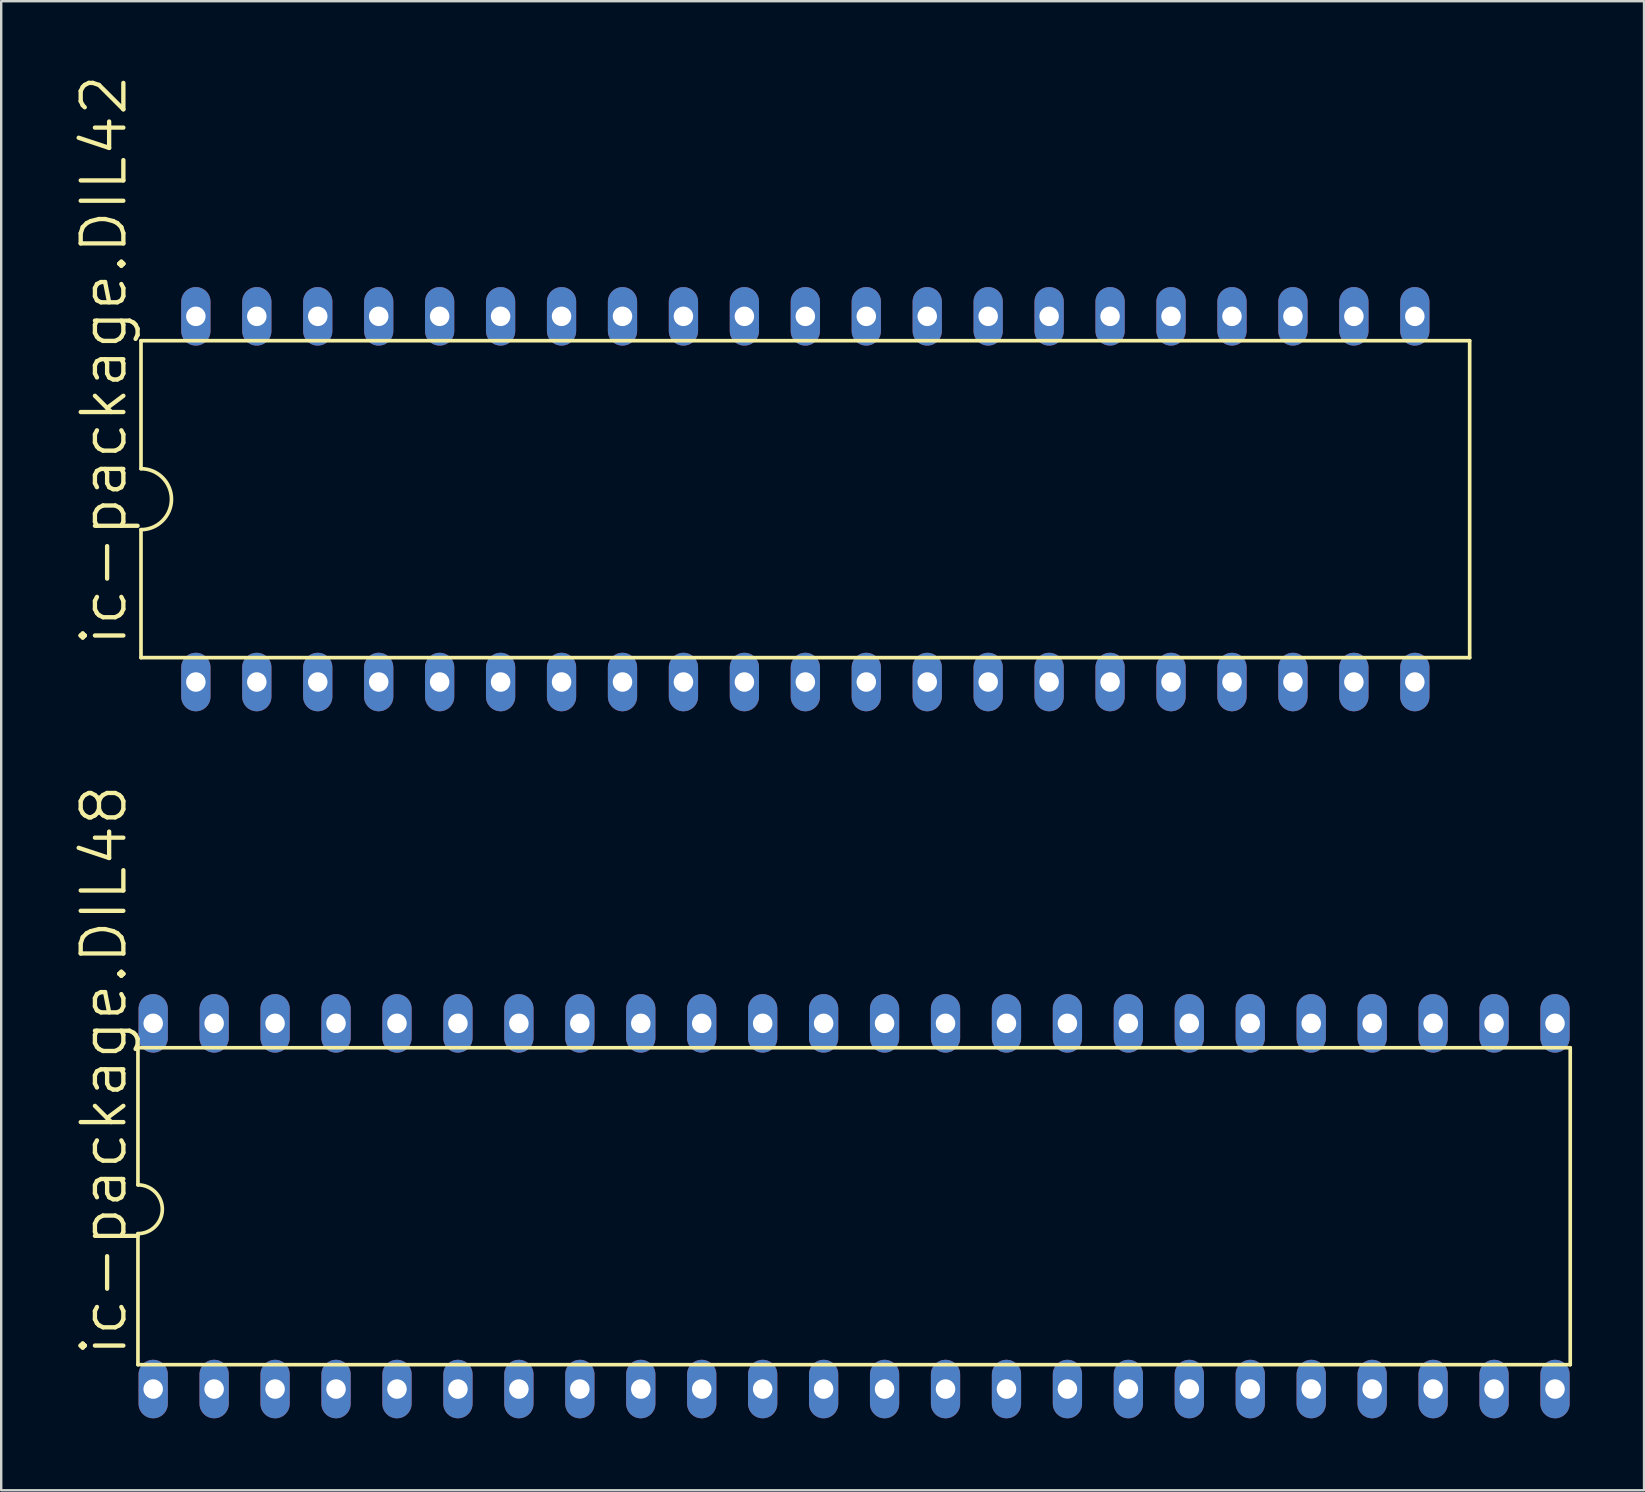
<source format=kicad_pcb>
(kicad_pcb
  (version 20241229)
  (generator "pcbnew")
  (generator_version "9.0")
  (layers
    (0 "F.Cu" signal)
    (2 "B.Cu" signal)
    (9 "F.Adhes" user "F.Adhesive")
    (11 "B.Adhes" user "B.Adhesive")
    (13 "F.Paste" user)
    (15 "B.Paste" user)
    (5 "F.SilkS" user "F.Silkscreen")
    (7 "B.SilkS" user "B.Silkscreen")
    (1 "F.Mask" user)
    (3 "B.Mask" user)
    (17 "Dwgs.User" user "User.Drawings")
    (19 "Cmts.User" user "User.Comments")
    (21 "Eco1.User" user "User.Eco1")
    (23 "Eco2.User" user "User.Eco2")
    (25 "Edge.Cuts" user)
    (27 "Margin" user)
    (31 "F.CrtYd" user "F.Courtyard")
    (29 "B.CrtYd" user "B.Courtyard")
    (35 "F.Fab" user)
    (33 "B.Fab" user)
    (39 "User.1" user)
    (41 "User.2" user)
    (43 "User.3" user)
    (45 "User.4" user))
  (footprint "ic-package.DIL42"
    (layer "F.Cu")
    (at 30.512 17.753)
    (property "Reference" "ic-package.DIL42" (at -28.194 6.223 90) (layer "F.SilkS") (effects (font (size 1.778 1.778) (thickness 0.18)) (justify left bottom)))
    (attr through_hole)
    (fp_line (start -27.686 -6.604) (end -27.686 -1.27) (stroke (width 0.152) (type default)) (layer "F.SilkS"))
    (fp_line (start -27.686 -6.604) (end 27.686 -6.604) (stroke (width 0.152) (type default)) (layer "F.SilkS"))
    (fp_line (start -27.686 1.27) (end -27.686 6.604) (stroke (width 0.152) (type default)) (layer "F.SilkS"))
    (fp_line (start -27.686 6.604) (end 27.686 6.604) (stroke (width 0.152) (type default)) (layer "F.SilkS"))
    (fp_line (start 27.686 6.604) (end 27.686 -6.604) (stroke (width 0.152) (type default)) (layer "F.SilkS"))
    (fp_arc (start -27.686 -1.27) (mid -26.416 0) (end -27.686 1.27) (stroke (width 0.1524) (type default)) (layer "F.SilkS"))
    (pad "1" thru_hole oval (at -25.4 7.62 90) (size 2.438 1.219) (drill 0.813) (layers "*.Cu" "*.Mask"))
    (pad "2" thru_hole oval (at -22.86 7.62 90) (size 2.438 1.219) (drill 0.813) (layers "*.Cu" "*.Mask"))
    (pad "3" thru_hole oval (at -20.32 7.62 90) (size 2.438 1.219) (drill 0.813) (layers "*.Cu" "*.Mask"))
    (pad "4" thru_hole oval (at -17.78 7.62 90) (size 2.438 1.219) (drill 0.813) (layers "*.Cu" "*.Mask"))
    (pad "5" thru_hole oval (at -15.24 7.62 90) (size 2.438 1.219) (drill 0.813) (layers "*.Cu" "*.Mask"))
    (pad "6" thru_hole oval (at -12.7 7.62 90) (size 2.438 1.219) (drill 0.813) (layers "*.Cu" "*.Mask"))
    (pad "7" thru_hole oval (at -10.16 7.62 90) (size 2.438 1.219) (drill 0.813) (layers "*.Cu" "*.Mask"))
    (pad "8" thru_hole oval (at -7.62 7.62 90) (size 2.438 1.219) (drill 0.813) (layers "*.Cu" "*.Mask"))
    (pad "9" thru_hole oval (at -5.08 7.62 90) (size 2.438 1.219) (drill 0.813) (layers "*.Cu" "*.Mask"))
    (pad "10" thru_hole oval (at -2.54 7.62 90) (size 2.438 1.219) (drill 0.813) (layers "*.Cu" "*.Mask"))
    (pad "11" thru_hole oval (at 0 7.62 90) (size 2.438 1.219) (drill 0.813) (layers "*.Cu" "*.Mask"))
    (pad "12" thru_hole oval (at 2.54 7.62 90) (size 2.438 1.219) (drill 0.813) (layers "*.Cu" "*.Mask"))
    (pad "13" thru_hole oval (at 5.08 7.62 90) (size 2.438 1.219) (drill 0.813) (layers "*.Cu" "*.Mask"))
    (pad "14" thru_hole oval (at 7.62 7.62 90) (size 2.438 1.219) (drill 0.813) (layers "*.Cu" "*.Mask"))
    (pad "15" thru_hole oval (at 10.16 7.62 90) (size 2.438 1.219) (drill 0.813) (layers "*.Cu" "*.Mask"))
    (pad "16" thru_hole oval (at 12.7 7.62 90) (size 2.438 1.219) (drill 0.813) (layers "*.Cu" "*.Mask"))
    (pad "17" thru_hole oval (at 15.24 7.62 90) (size 2.438 1.219) (drill 0.813) (layers "*.Cu" "*.Mask"))
    (pad "18" thru_hole oval (at 17.78 7.62 90) (size 2.438 1.219) (drill 0.813) (layers "*.Cu" "*.Mask"))
    (pad "19" thru_hole oval (at 20.32 7.62 90) (size 2.438 1.219) (drill 0.813) (layers "*.Cu" "*.Mask"))
    (pad "20" thru_hole oval (at 22.86 7.62 90) (size 2.438 1.219) (drill 0.813) (layers "*.Cu" "*.Mask"))
    (pad "21" thru_hole oval (at 25.4 7.62 90) (size 2.438 1.219) (drill 0.813) (layers "*.Cu" "*.Mask"))
    (pad "22" thru_hole oval (at 25.4 -7.62 90) (size 2.438 1.219) (drill 0.813) (layers "*.Cu" "*.Mask"))
    (pad "23" thru_hole oval (at 22.86 -7.62 90) (size 2.438 1.219) (drill 0.813) (layers "*.Cu" "*.Mask"))
    (pad "24" thru_hole oval (at 20.32 -7.62 90) (size 2.438 1.219) (drill 0.813) (layers "*.Cu" "*.Mask"))
    (pad "25" thru_hole oval (at 17.78 -7.62 90) (size 2.438 1.219) (drill 0.813) (layers "*.Cu" "*.Mask"))
    (pad "26" thru_hole oval (at 15.24 -7.62 90) (size 2.438 1.219) (drill 0.813) (layers "*.Cu" "*.Mask"))
    (pad "27" thru_hole oval (at 12.7 -7.62 90) (size 2.438 1.219) (drill 0.813) (layers "*.Cu" "*.Mask"))
    (pad "28" thru_hole oval (at 10.16 -7.62 90) (size 2.438 1.219) (drill 0.813) (layers "*.Cu" "*.Mask"))
    (pad "29" thru_hole oval (at 7.62 -7.62 90) (size 2.438 1.219) (drill 0.813) (layers "*.Cu" "*.Mask"))
    (pad "30" thru_hole oval (at 5.08 -7.62 90) (size 2.438 1.219) (drill 0.813) (layers "*.Cu" "*.Mask"))
    (pad "31" thru_hole oval (at 2.54 -7.62 90) (size 2.438 1.219) (drill 0.813) (layers "*.Cu" "*.Mask"))
    (pad "32" thru_hole oval (at 0 -7.62 90) (size 2.438 1.219) (drill 0.813) (layers "*.Cu" "*.Mask"))
    (pad "33" thru_hole oval (at -2.54 -7.62 90) (size 2.438 1.219) (drill 0.813) (layers "*.Cu" "*.Mask"))
    (pad "34" thru_hole oval (at -5.08 -7.62 90) (size 2.438 1.219) (drill 0.813) (layers "*.Cu" "*.Mask"))
    (pad "35" thru_hole oval (at -7.62 -7.62 90) (size 2.438 1.219) (drill 0.813) (layers "*.Cu" "*.Mask"))
    (pad "36" thru_hole oval (at -10.16 -7.62 90) (size 2.438 1.219) (drill 0.813) (layers "*.Cu" "*.Mask"))
    (pad "37" thru_hole oval (at -12.7 -7.62 90) (size 2.438 1.219) (drill 0.813) (layers "*.Cu" "*.Mask"))
    (pad "38" thru_hole oval (at -15.24 -7.62 90) (size 2.438 1.219) (drill 0.813) (layers "*.Cu" "*.Mask"))
    (pad "39" thru_hole oval (at -17.78 -7.62 90) (size 2.438 1.219) (drill 0.813) (layers "*.Cu" "*.Mask"))
    (pad "40" thru_hole oval (at -20.32 -7.62 90) (size 2.438 1.219) (drill 0.813) (layers "*.Cu" "*.Mask"))
    (pad "41" thru_hole oval (at -22.86 -7.62 90) (size 2.438 1.219) (drill 0.813) (layers "*.Cu" "*.Mask"))
    (pad "42" thru_hole oval (at -25.4 -7.62 90) (size 2.438 1.219) (drill 0.813) (layers "*.Cu" "*.Mask")))
  (footprint "ic-package.DIL48"
    (layer "F.Cu")
    (at 32.544 47.218)
    (property "Reference" "ic-package.DIL48" (at -30.226 6.35 90) (layer "F.SilkS") (effects (font (size 1.778 1.778) (thickness 0.18)) (justify left bottom)))
    (attr through_hole)
    (fp_line (start -29.845 -6.604) (end -29.845 -0.889) (stroke (width 0.152) (type default)) (layer "F.SilkS"))
    (fp_line (start -29.845 6.604) (end -29.845 1.143) (stroke (width 0.152) (type default)) (layer "F.SilkS"))
    (fp_line (start -29.845 6.604) (end 29.845 6.604) (stroke (width 0.152) (type default)) (layer "F.SilkS"))
    (fp_line (start 29.845 -6.604) (end -29.845 -6.604) (stroke (width 0.152) (type default)) (layer "F.SilkS"))
    (fp_line (start 29.845 6.604) (end 29.845 -6.604) (stroke (width 0.152) (type default)) (layer "F.SilkS"))
    (fp_arc (start -29.845 -0.889) (mid -28.829 0.127) (end -29.845 1.143) (stroke (width 0.1524) (type default)) (layer "F.SilkS"))
    (pad "1" thru_hole oval (at -29.21 7.62 90) (size 2.438 1.219) (drill 0.813) (layers "*.Cu" "*.Mask"))
    (pad "2" thru_hole oval (at -26.67 7.62 90) (size 2.438 1.219) (drill 0.813) (layers "*.Cu" "*.Mask"))
    (pad "3" thru_hole oval (at -24.13 7.62 90) (size 2.438 1.219) (drill 0.813) (layers "*.Cu" "*.Mask"))
    (pad "4" thru_hole oval (at -21.59 7.62 90) (size 2.438 1.219) (drill 0.813) (layers "*.Cu" "*.Mask"))
    (pad "5" thru_hole oval (at -19.05 7.62 90) (size 2.438 1.219) (drill 0.813) (layers "*.Cu" "*.Mask"))
    (pad "6" thru_hole oval (at -16.51 7.62 90) (size 2.438 1.219) (drill 0.813) (layers "*.Cu" "*.Mask"))
    (pad "7" thru_hole oval (at -13.97 7.62 90) (size 2.438 1.219) (drill 0.813) (layers "*.Cu" "*.Mask"))
    (pad "8" thru_hole oval (at -11.43 7.62 90) (size 2.438 1.219) (drill 0.813) (layers "*.Cu" "*.Mask"))
    (pad "9" thru_hole oval (at -8.89 7.62 90) (size 2.438 1.219) (drill 0.813) (layers "*.Cu" "*.Mask"))
    (pad "10" thru_hole oval (at -6.35 7.62 90) (size 2.438 1.219) (drill 0.813) (layers "*.Cu" "*.Mask"))
    (pad "11" thru_hole oval (at -3.81 7.62 90) (size 2.438 1.219) (drill 0.813) (layers "*.Cu" "*.Mask"))
    (pad "12" thru_hole oval (at -1.27 7.62 90) (size 2.438 1.219) (drill 0.813) (layers "*.Cu" "*.Mask"))
    (pad "13" thru_hole oval (at 1.27 7.62 90) (size 2.438 1.219) (drill 0.813) (layers "*.Cu" "*.Mask"))
    (pad "14" thru_hole oval (at 3.81 7.62 90) (size 2.438 1.219) (drill 0.813) (layers "*.Cu" "*.Mask"))
    (pad "15" thru_hole oval (at 6.35 7.62 90) (size 2.438 1.219) (drill 0.813) (layers "*.Cu" "*.Mask"))
    (pad "16" thru_hole oval (at 8.89 7.62 90) (size 2.438 1.219) (drill 0.813) (layers "*.Cu" "*.Mask"))
    (pad "17" thru_hole oval (at 11.43 7.62 90) (size 2.438 1.219) (drill 0.813) (layers "*.Cu" "*.Mask"))
    (pad "18" thru_hole oval (at 13.97 7.62 90) (size 2.438 1.219) (drill 0.813) (layers "*.Cu" "*.Mask"))
    (pad "19" thru_hole oval (at 16.51 7.62 90) (size 2.438 1.219) (drill 0.813) (layers "*.Cu" "*.Mask"))
    (pad "20" thru_hole oval (at 19.05 7.62 90) (size 2.438 1.219) (drill 0.813) (layers "*.Cu" "*.Mask"))
    (pad "21" thru_hole oval (at 21.59 7.62 90) (size 2.438 1.219) (drill 0.813) (layers "*.Cu" "*.Mask"))
    (pad "22" thru_hole oval (at 24.13 7.62 90) (size 2.438 1.219) (drill 0.813) (layers "*.Cu" "*.Mask"))
    (pad "23" thru_hole oval (at 26.67 7.62 90) (size 2.438 1.219) (drill 0.813) (layers "*.Cu" "*.Mask"))
    (pad "24" thru_hole oval (at 29.21 7.62 90) (size 2.438 1.219) (drill 0.813) (layers "*.Cu" "*.Mask"))
    (pad "25" thru_hole oval (at 29.21 -7.62 90) (size 2.438 1.219) (drill 0.813) (layers "*.Cu" "*.Mask"))
    (pad "26" thru_hole oval (at 26.67 -7.62 90) (size 2.438 1.219) (drill 0.813) (layers "*.Cu" "*.Mask"))
    (pad "27" thru_hole oval (at 24.13 -7.62 90) (size 2.438 1.219) (drill 0.813) (layers "*.Cu" "*.Mask"))
    (pad "28" thru_hole oval (at 21.59 -7.62 90) (size 2.438 1.219) (drill 0.813) (layers "*.Cu" "*.Mask"))
    (pad "29" thru_hole oval (at 19.05 -7.62 90) (size 2.438 1.219) (drill 0.813) (layers "*.Cu" "*.Mask"))
    (pad "30" thru_hole oval (at 16.51 -7.62 90) (size 2.438 1.219) (drill 0.813) (layers "*.Cu" "*.Mask"))
    (pad "31" thru_hole oval (at 13.97 -7.62 90) (size 2.438 1.219) (drill 0.813) (layers "*.Cu" "*.Mask"))
    (pad "32" thru_hole oval (at 11.43 -7.62 90) (size 2.438 1.219) (drill 0.813) (layers "*.Cu" "*.Mask"))
    (pad "33" thru_hole oval (at 8.89 -7.62 90) (size 2.438 1.219) (drill 0.813) (layers "*.Cu" "*.Mask"))
    (pad "34" thru_hole oval (at 6.35 -7.62 90) (size 2.438 1.219) (drill 0.813) (layers "*.Cu" "*.Mask"))
    (pad "35" thru_hole oval (at 3.81 -7.62 90) (size 2.438 1.219) (drill 0.813) (layers "*.Cu" "*.Mask"))
    (pad "36" thru_hole oval (at 1.27 -7.62 90) (size 2.438 1.219) (drill 0.813) (layers "*.Cu" "*.Mask"))
    (pad "37" thru_hole oval (at -1.27 -7.62 90) (size 2.438 1.219) (drill 0.813) (layers "*.Cu" "*.Mask"))
    (pad "38" thru_hole oval (at -3.81 -7.62 90) (size 2.438 1.219) (drill 0.813) (layers "*.Cu" "*.Mask"))
    (pad "39" thru_hole oval (at -6.35 -7.62 90) (size 2.438 1.219) (drill 0.813) (layers "*.Cu" "*.Mask"))
    (pad "40" thru_hole oval (at -8.89 -7.62 90) (size 2.438 1.219) (drill 0.813) (layers "*.Cu" "*.Mask"))
    (pad "41" thru_hole oval (at -11.43 -7.62 90) (size 2.438 1.219) (drill 0.813) (layers "*.Cu" "*.Mask"))
    (pad "42" thru_hole oval (at -13.97 -7.62 90) (size 2.438 1.219) (drill 0.813) (layers "*.Cu" "*.Mask"))
    (pad "43" thru_hole oval (at -16.51 -7.62 90) (size 2.438 1.219) (drill 0.813) (layers "*.Cu" "*.Mask"))
    (pad "44" thru_hole oval (at -19.05 -7.62 90) (size 2.438 1.219) (drill 0.813) (layers "*.Cu" "*.Mask"))
    (pad "45" thru_hole oval (at -21.59 -7.62 90) (size 2.438 1.219) (drill 0.813) (layers "*.Cu" "*.Mask"))
    (pad "46" thru_hole oval (at -24.13 -7.62 90) (size 2.438 1.219) (drill 0.813) (layers "*.Cu" "*.Mask"))
    (pad "47" thru_hole oval (at -26.67 -7.62 90) (size 2.438 1.219) (drill 0.813) (layers "*.Cu" "*.Mask"))
    (pad "48" thru_hole oval (at -29.21 -7.62 90) (size 2.438 1.219) (drill 0.813) (layers "*.Cu" "*.Mask")))
  (gr_rect
    (start -3 -3)
    (end 65.465 59.057)
    (stroke (width 0.1) (type default))
    (fill no)
    (layer "Edge.Cuts")))
</source>
